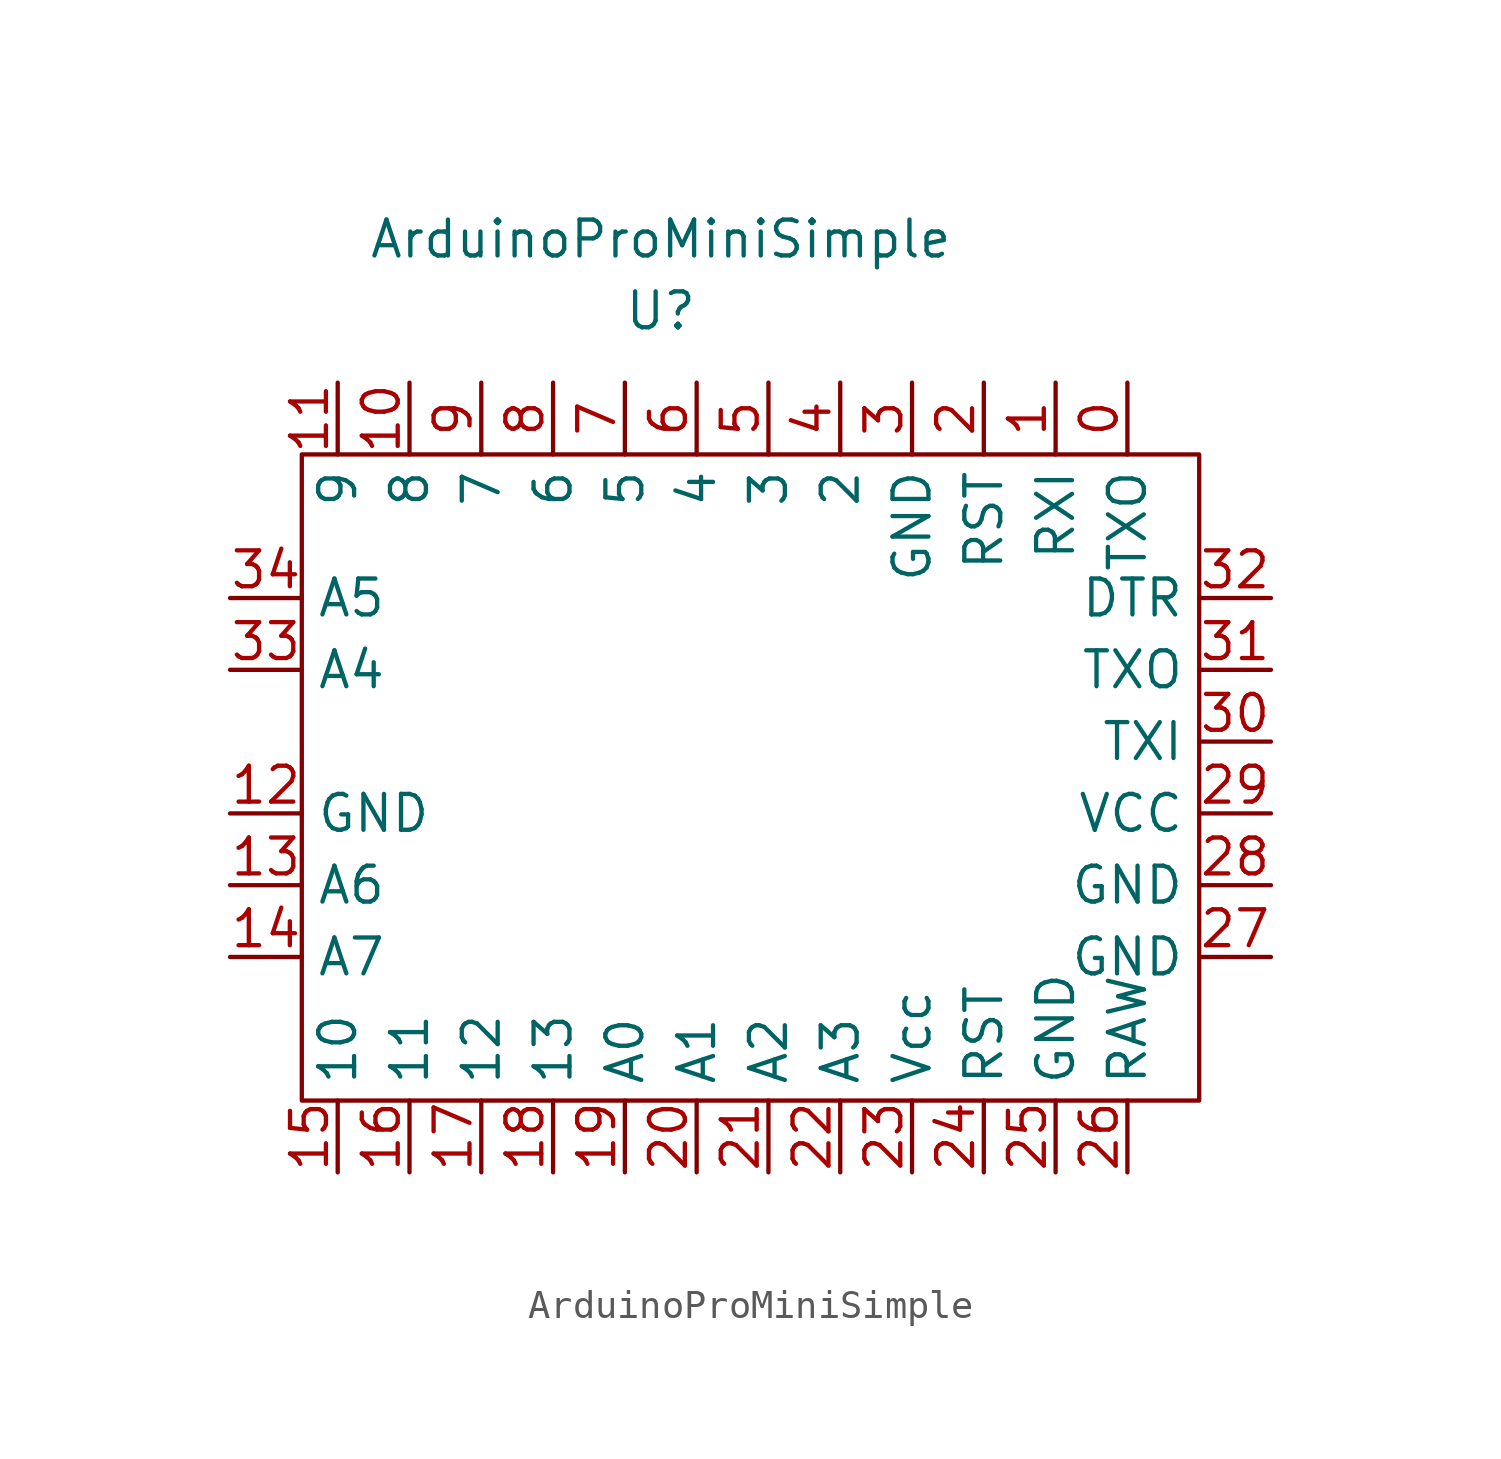
<source format=kicad_sym>
(kicad_symbol_lib
  (version 20201005)
  (generator kicad_symbol_editor)
  (symbol "ArduinoProMiniSimple:ArduinoProMiniSimple"
    (property "Reference" "U"
      (at 0 13.97 0)
      (effects (font (size 1.27 1.27))))
    (property "Value" "ArduinoProMiniSimple"
      (at 0 16.51 0)
      (effects (font (size 1.27 1.27))))
    (symbol "ArduinoProMiniSimple_0_1"
      (rectangle (start -12.7 8.89) (end 19.05 -13.97) (stroke (width 0.152)) (fill (type none))))
    (symbol "ArduinoProMiniSimple_1_1"
      (pin output line (at 16.51 11.43 270) (length 2.54) (name "TXO" (effects (font (size 1.27 1.27)))) (number "0" (effects (font (size 1.27 1.27)))))
      (pin input line (at 13.97 11.43 270) (length 2.54) (name "RXI" (effects (font (size 1.27 1.27)))) (number "1" (effects (font (size 1.27 1.27)))))
      (pin bidirectional line (at -8.89 11.43 270) (length 2.54) (name "8" (effects (font (size 1.27 1.27)))) (number "10" (effects (font (size 1.27 1.27)))))
      (pin bidirectional line (at -11.43 11.43 270) (length 2.54) (name "9" (effects (font (size 1.27 1.27)))) (number "11" (effects (font (size 1.27 1.27)))))
      (pin power_in line (at -15.24 -3.81 0) (length 2.54) (name "GND" (effects (font (size 1.27 1.27)))) (number "12" (effects (font (size 1.27 1.27)))))
      (pin bidirectional line (at -15.24 -6.35 0) (length 2.54) (name "A6" (effects (font (size 1.27 1.27)))) (number "13" (effects (font (size 1.27 1.27)))))
      (pin bidirectional line (at -15.24 -8.89 0) (length 2.54) (name "A7" (effects (font (size 1.27 1.27)))) (number "14" (effects (font (size 1.27 1.27)))))
      (pin bidirectional line (at -11.43 -16.51 90) (length 2.54) (name "10" (effects (font (size 1.27 1.27)))) (number "15" (effects (font (size 1.27 1.27)))))
      (pin bidirectional line (at -8.89 -16.51 90) (length 2.54) (name "11" (effects (font (size 1.27 1.27)))) (number "16" (effects (font (size 1.27 1.27)))))
      (pin bidirectional line (at -6.35 -16.51 90) (length 2.54) (name "12" (effects (font (size 1.27 1.27)))) (number "17" (effects (font (size 1.27 1.27)))))
      (pin bidirectional line (at -3.81 -16.51 90) (length 2.54) (name "13" (effects (font (size 1.27 1.27)))) (number "18" (effects (font (size 1.27 1.27)))))
      (pin bidirectional line (at -1.27 -16.51 90) (length 2.54) (name "A0" (effects (font (size 1.27 1.27)))) (number "19" (effects (font (size 1.27 1.27)))))
      (pin passive line (at 11.43 11.43 270) (length 2.54) (name "RST" (effects (font (size 1.27 1.27)))) (number "2" (effects (font (size 1.27 1.27)))))
      (pin bidirectional line (at 1.27 -16.51 90) (length 2.54) (name "A1" (effects (font (size 1.27 1.27)))) (number "20" (effects (font (size 1.27 1.27)))))
      (pin bidirectional line (at 3.81 -16.51 90) (length 2.54) (name "A2" (effects (font (size 1.27 1.27)))) (number "21" (effects (font (size 1.27 1.27)))))
      (pin bidirectional line (at 6.35 -16.51 90) (length 2.54) (name "A3" (effects (font (size 1.27 1.27)))) (number "22" (effects (font (size 1.27 1.27)))))
      (pin power_in line (at 8.89 -16.51 90) (length 2.54) (name "Vcc" (effects (font (size 1.27 1.27)))) (number "23" (effects (font (size 1.27 1.27)))))
      (pin passive line (at 11.43 -16.51 90) (length 2.54) (name "RST" (effects (font (size 1.27 1.27)))) (number "24" (effects (font (size 1.27 1.27)))))
      (pin power_in line (at 13.97 -16.51 90) (length 2.54) (name "GND" (effects (font (size 1.27 1.27)))) (number "25" (effects (font (size 1.27 1.27)))))
      (pin power_in line (at 16.51 -16.51 90) (length 2.54) (name "RAW" (effects (font (size 1.27 1.27)))) (number "26" (effects (font (size 1.27 1.27)))))
      (pin input line (at 21.59 -8.89 180) (length 2.54) (name "GND" (effects (font (size 1.27 1.27)))) (number "27" (effects (font (size 1.27 1.27)))))
      (pin power_in line (at 21.59 -6.35 180) (length 2.54) (name "GND" (effects (font (size 1.27 1.27)))) (number "28" (effects (font (size 1.27 1.27)))))
      (pin power_in line (at 21.59 -3.81 180) (length 2.54) (name "VCC" (effects (font (size 1.27 1.27)))) (number "29" (effects (font (size 1.27 1.27)))))
      (pin power_in line (at 8.89 11.43 270) (length 2.54) (name "GND" (effects (font (size 1.27 1.27)))) (number "3" (effects (font (size 1.27 1.27)))))
      (pin input line (at 21.59 -1.27 180) (length 2.54) (name "TXI" (effects (font (size 1.27 1.27)))) (number "30" (effects (font (size 1.27 1.27)))))
      (pin output line (at 21.59 1.27 180) (length 2.54) (name "TXO" (effects (font (size 1.27 1.27)))) (number "31" (effects (font (size 1.27 1.27)))))
      (pin passive line (at 21.59 3.81 180) (length 2.54) (name "DTR" (effects (font (size 1.27 1.27)))) (number "32" (effects (font (size 1.27 1.27)))))
      (pin bidirectional line (at -15.24 1.27 0) (length 2.54) (name "A4" (effects (font (size 1.27 1.27)))) (number "33" (effects (font (size 1.27 1.27)))))
      (pin bidirectional line (at -15.24 3.81 0) (length 2.54) (name "A5" (effects (font (size 1.27 1.27)))) (number "34" (effects (font (size 1.27 1.27)))))
      (pin bidirectional line (at 6.35 11.43 270) (length 2.54) (name "2" (effects (font (size 1.27 1.27)))) (number "4" (effects (font (size 1.27 1.27)))))
      (pin bidirectional line (at 3.81 11.43 270) (length 2.54) (name "3" (effects (font (size 1.27 1.27)))) (number "5" (effects (font (size 1.27 1.27)))))
      (pin bidirectional line (at 1.27 11.43 270) (length 2.54) (name "4" (effects (font (size 1.27 1.27)))) (number "6" (effects (font (size 1.27 1.27)))))
      (pin bidirectional line (at -1.27 11.43 270) (length 2.54) (name "5" (effects (font (size 1.27 1.27)))) (number "7" (effects (font (size 1.27 1.27)))))
      (pin bidirectional line (at -3.81 11.43 270) (length 2.54) (name "6" (effects (font (size 1.27 1.27)))) (number "8" (effects (font (size 1.27 1.27)))))
      (pin bidirectional line (at -6.35 11.43 270) (length 2.54) (name "7" (effects (font (size 1.27 1.27)))) (number "9" (effects (font (size 1.27 1.27))))))))
</source>
